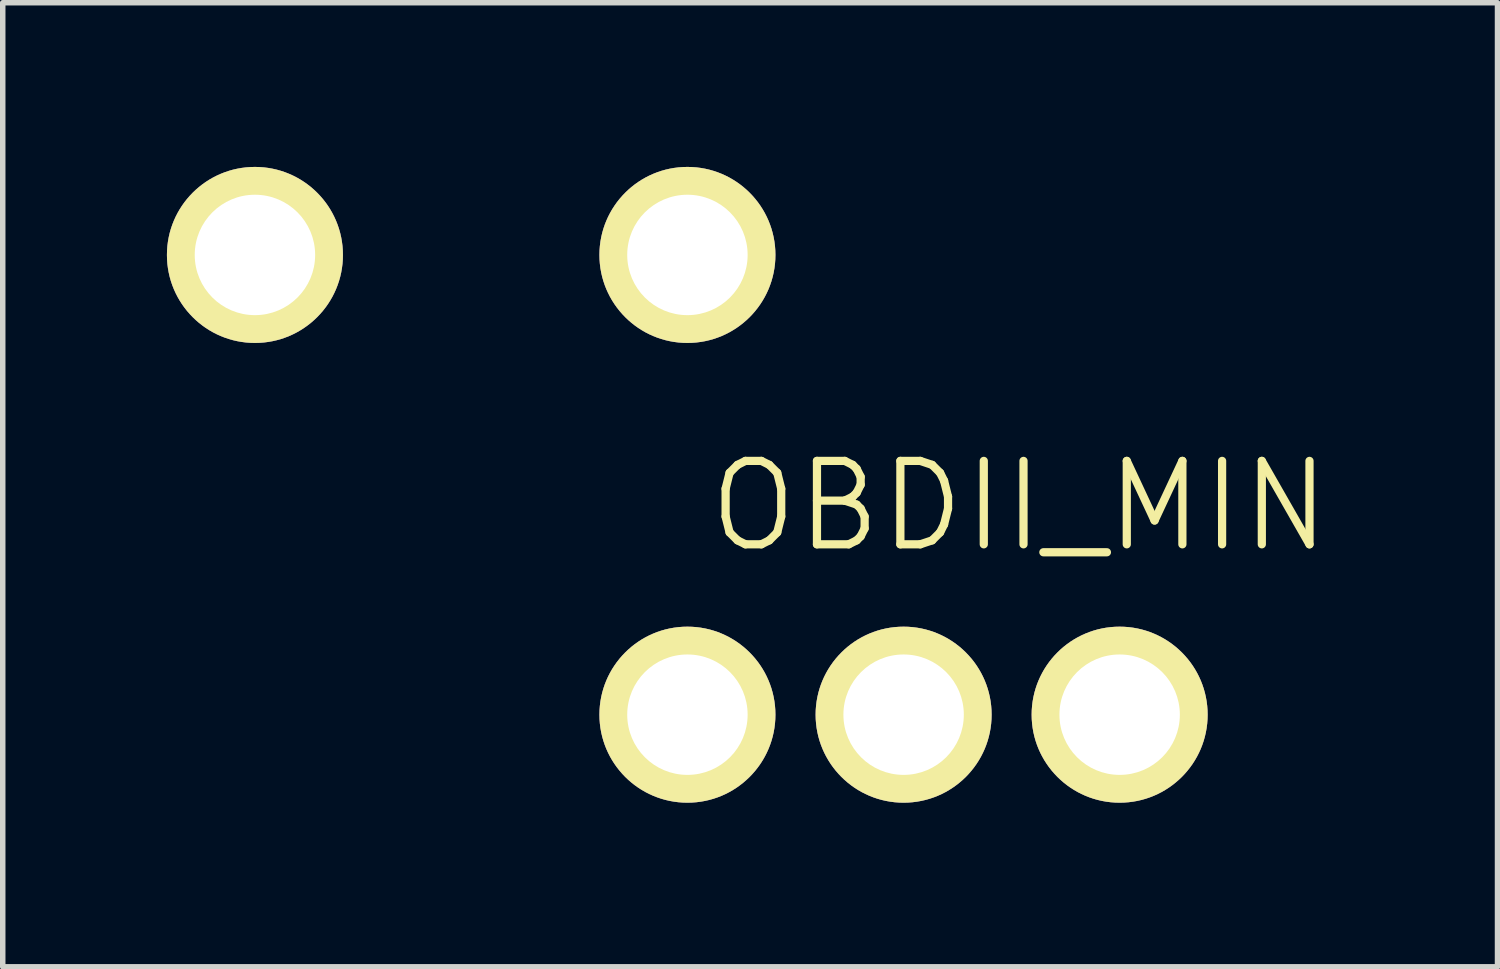
<source format=kicad_pcb>
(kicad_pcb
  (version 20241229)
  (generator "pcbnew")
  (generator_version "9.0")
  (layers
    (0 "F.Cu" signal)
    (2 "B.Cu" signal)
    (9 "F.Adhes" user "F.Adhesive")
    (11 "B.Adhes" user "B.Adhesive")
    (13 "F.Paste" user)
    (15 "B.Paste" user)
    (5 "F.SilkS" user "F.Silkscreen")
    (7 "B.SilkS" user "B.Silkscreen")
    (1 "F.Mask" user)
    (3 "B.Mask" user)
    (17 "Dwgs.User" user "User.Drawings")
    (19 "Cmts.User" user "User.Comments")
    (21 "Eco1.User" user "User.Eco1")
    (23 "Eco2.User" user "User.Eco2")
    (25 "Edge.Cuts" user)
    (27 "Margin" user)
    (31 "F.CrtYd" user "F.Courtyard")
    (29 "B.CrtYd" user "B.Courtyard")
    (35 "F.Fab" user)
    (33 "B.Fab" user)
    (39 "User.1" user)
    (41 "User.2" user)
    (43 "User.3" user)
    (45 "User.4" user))
  (footprint "OBDII_MIN"
    (layer "F.Cu")
    (at 15.578 6.198)
    (property "Reference" "OBDII_MIN" (at 0 0 0) (layer "F.SilkS") (effects (font (size 1.524 1.524) (thickness 0.15))))
    (attr exclude_from_pos_files exclude_from_bom)
    (pad "4" thru_hole circle (at 1.829 3.81) (size 3.216 3.216) (drill 2.2) (layers "*.Cu" "F.Mask" "F.SilkS" "F.Paste"))
    (pad "5" thru_hole circle (at -2.118 3.81) (size 3.216 3.216) (drill 2.2) (layers "*.Cu" "F.Mask" "F.SilkS" "F.Paste"))
    (pad "6" thru_hole circle (at -6.068 3.81) (size 3.216 3.216) (drill 2.2) (layers "*.Cu" "F.Mask" "F.SilkS" "F.Paste"))
    (pad "14" thru_hole circle (at -6.068 -4.59) (size 3.216 3.216) (drill 2.2) (layers "*.Cu" "F.Mask" "F.SilkS" "F.Paste"))
    (pad "16" thru_hole circle (at -13.97 -4.59) (size 3.216 3.216) (drill 2.2) (layers "*.Cu" "F.Mask" "F.SilkS" "F.Paste")))
  (gr_rect
    (start -3 -3)
    (end 24.311 14.615)
    (stroke (width 0.1) (type default))
    (fill no)
    (layer "Edge.Cuts")))
</source>
